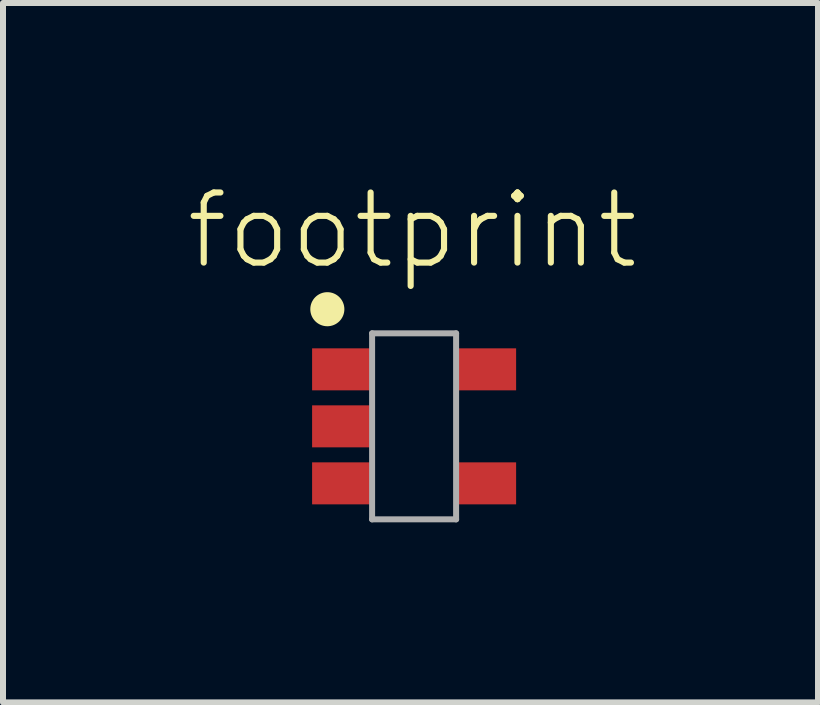
<source format=kicad_pcb>
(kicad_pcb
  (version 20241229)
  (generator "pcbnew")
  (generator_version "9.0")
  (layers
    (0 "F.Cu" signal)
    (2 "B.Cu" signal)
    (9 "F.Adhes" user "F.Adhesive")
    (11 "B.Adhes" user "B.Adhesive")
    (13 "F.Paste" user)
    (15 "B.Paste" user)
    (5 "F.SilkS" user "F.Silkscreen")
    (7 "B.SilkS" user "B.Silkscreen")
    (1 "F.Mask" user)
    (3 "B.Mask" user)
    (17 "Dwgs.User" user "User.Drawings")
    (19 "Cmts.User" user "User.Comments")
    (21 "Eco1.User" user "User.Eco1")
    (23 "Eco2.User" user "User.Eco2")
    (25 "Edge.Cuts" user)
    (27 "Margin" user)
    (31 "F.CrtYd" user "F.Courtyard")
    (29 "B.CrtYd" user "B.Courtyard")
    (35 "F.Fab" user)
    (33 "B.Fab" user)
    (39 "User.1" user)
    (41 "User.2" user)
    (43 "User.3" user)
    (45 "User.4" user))
  (footprint "footprint"
    (layer "F.Cu")
    (at 3.802 4.008)
    (property "Reference" "footprint" (at -3.802 -2.534 0) (layer "F.SilkS") (effects (font (size 1.168 1.168) (thickness 0.102)) (justify left bottom)))
    (fp_circle (center -1.397 -1.905) (end -1.255 -1.905) (stroke (width 0.284) (type solid)) (fill yes) (layer "F.SilkS"))
    (fp_line (start -0.651 -1.503) (end -0.651 1.597) (stroke (width 0.1) (type solid)) (layer "F.Fab"))
    (fp_line (start -0.651 1.597) (end 0.749 1.597) (stroke (width 0.1) (type solid)) (layer "F.Fab"))
    (fp_line (start 0.749 -1.503) (end -0.651 -1.503) (stroke (width 0.1) (type solid)) (layer "F.Fab"))
    (fp_line (start 0.749 1.597) (end 0.749 -1.503) (stroke (width 0.1) (type solid)) (layer "F.Fab"))
    (pad "P1" smd rect (at -1.151 -0.903) (size 1 0.7) (layers "F.Cu" "F.Mask" "F.Paste"))
    (pad "P2" smd rect (at -1.151 0.047) (size 1 0.7) (layers "F.Cu" "F.Mask" "F.Paste"))
    (pad "P3" smd rect (at -1.151 0.997) (size 1 0.7) (layers "F.Cu" "F.Mask" "F.Paste"))
    (pad "P4" smd rect (at 1.249 0.997) (size 1 0.7) (layers "F.Cu" "F.Mask" "F.Paste"))
    (pad "P5" smd rect (at 1.249 -0.903) (size 1 0.7) (layers "F.Cu" "F.Mask" "F.Paste")))
  (gr_rect
    (start -3 -3)
    (end 10.582 8.655)
    (stroke (width 0.1) (type default))
    (fill no)
    (layer "Edge.Cuts")))
</source>
